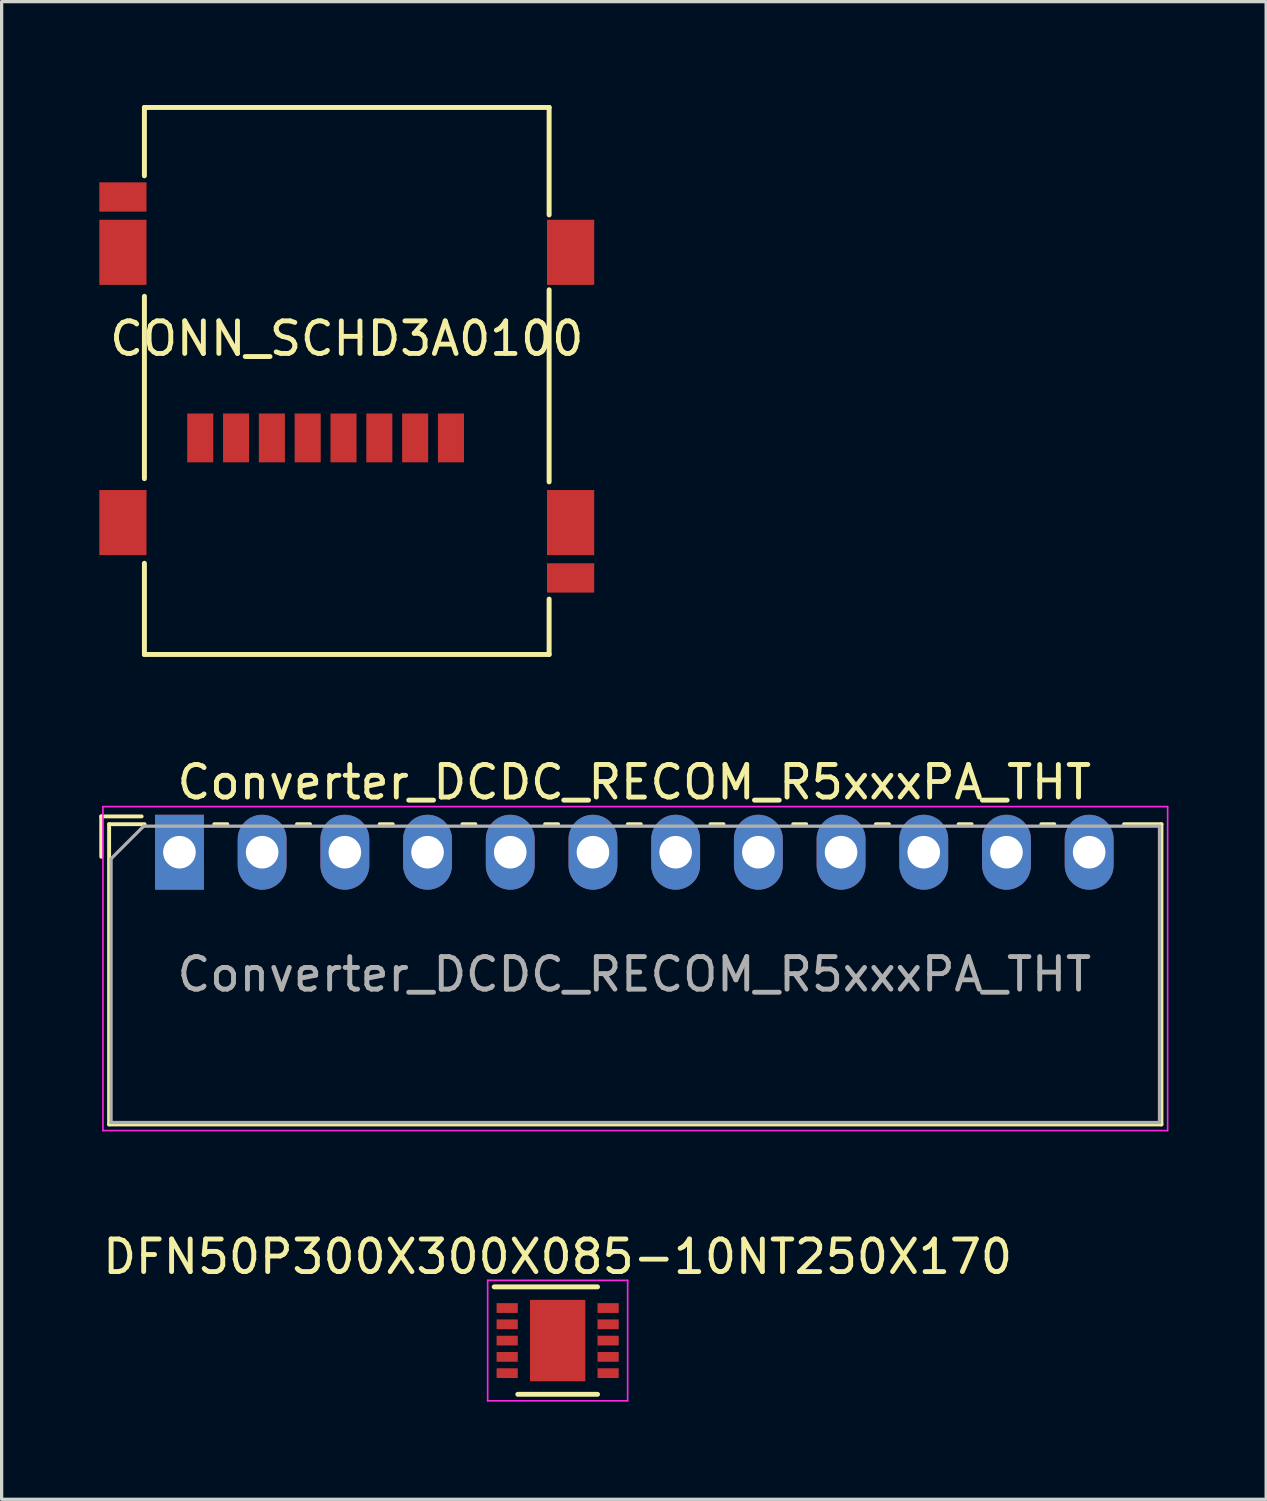
<source format=kicad_pcb>
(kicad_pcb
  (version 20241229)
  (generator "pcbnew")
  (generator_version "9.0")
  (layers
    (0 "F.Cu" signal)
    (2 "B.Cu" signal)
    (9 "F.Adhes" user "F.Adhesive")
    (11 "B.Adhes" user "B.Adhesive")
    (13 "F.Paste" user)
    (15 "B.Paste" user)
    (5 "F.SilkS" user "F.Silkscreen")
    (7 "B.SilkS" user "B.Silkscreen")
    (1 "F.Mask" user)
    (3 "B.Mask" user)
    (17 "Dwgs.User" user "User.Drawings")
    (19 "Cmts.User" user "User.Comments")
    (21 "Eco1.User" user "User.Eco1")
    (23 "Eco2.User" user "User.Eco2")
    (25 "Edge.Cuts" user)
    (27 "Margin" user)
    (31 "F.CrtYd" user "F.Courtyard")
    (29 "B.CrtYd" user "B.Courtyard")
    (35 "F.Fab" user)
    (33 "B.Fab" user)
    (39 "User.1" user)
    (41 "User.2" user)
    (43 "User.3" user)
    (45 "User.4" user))
  (footprint "DFN50P300X300X085-10NT250X170"
    (layer "F.Cu")
    (at 14.077 38.123)
    (property "Reference" "DFN50P300X300X085-10NT250X170" (at 0 -2.575 0) (layer "F.SilkS") (effects (font (size 1 1) (thickness 0.15))))
    (attr smd)
    (fp_line (start -1.95 -1.65) (end 1.225 -1.65) (stroke (width 0.15) (type solid)) (layer "F.SilkS"))
    (fp_line (start -1.225 1.65) (end 1.225 1.65) (stroke (width 0.15) (type solid)) (layer "F.SilkS"))
    (fp_line (start -2.15 -1.85) (end -2.15 1.85) (stroke (width 0.05) (type solid)) (layer "F.CrtYd"))
    (fp_line (start -2.15 -1.85) (end 2.15 -1.85) (stroke (width 0.05) (type solid)) (layer "F.CrtYd"))
    (fp_line (start -2.15 1.85) (end 2.15 1.85) (stroke (width 0.05) (type solid)) (layer "F.CrtYd"))
    (fp_line (start 2.15 -1.85) (end 2.15 1.85) (stroke (width 0.05) (type solid)) (layer "F.CrtYd"))
    (pad "1" smd rect (at -1.55 -1) (size 0.65 0.3) (layers "F.Cu" "F.Mask" "F.Paste"))
    (pad "2" smd rect (at -1.55 -0.5) (size 0.65 0.3) (layers "F.Cu" "F.Mask" "F.Paste"))
    (pad "3" smd rect (at -1.55 0) (size 0.65 0.3) (layers "F.Cu" "F.Mask" "F.Paste"))
    (pad "4" smd rect (at -1.55 0.5) (size 0.65 0.3) (layers "F.Cu" "F.Mask" "F.Paste"))
    (pad "5" smd rect (at -1.55 1) (size 0.65 0.3) (layers "F.Cu" "F.Mask" "F.Paste"))
    (pad "6" smd rect (at 1.55 1) (size 0.65 0.3) (layers "F.Cu" "F.Mask" "F.Paste"))
    (pad "7" smd rect (at 1.55 0.5) (size 0.65 0.3) (layers "F.Cu" "F.Mask" "F.Paste"))
    (pad "8" smd rect (at 1.55 0) (size 0.65 0.3) (layers "F.Cu" "F.Mask" "F.Paste"))
    (pad "9" smd rect (at 1.55 -0.5) (size 0.65 0.3) (layers "F.Cu" "F.Mask" "F.Paste"))
    (pad "10" smd rect (at 1.55 -1) (size 0.65 0.3) (layers "F.Cu" "F.Mask" "F.Paste"))
    (pad "11" smd rect (at 0 0) (size 1.7 2.5) (layers "F.Cu" "F.Mask" "F.Paste")))
  (footprint "Converter_DCDC_RECOM_R5xxxPA_THT"
    (layer "F.Cu")
    (at 2.461 23.124)
    (property "Reference" "Converter_DCDC_RECOM_R5xxxPA_THT" (at 13.97 -2.15 0) (layer "F.SilkS") (effects (font (size 1 1) (thickness 0.15))))
    (attr through_hole)
    (fp_line (start -2.401 -1.1) (end -1.161 -1.1) (stroke (width 0.12) (type solid)) (layer "F.SilkS"))
    (fp_line (start -2.401 0.14) (end -2.401 -1.1) (stroke (width 0.12) (type solid)) (layer "F.SilkS"))
    (fp_line (start -2.16 -0.861) (end -2.16 8.36) (stroke (width 0.12) (type solid)) (layer "F.SilkS"))
    (fp_line (start -2.16 -0.861) (end -1.07 -0.861) (stroke (width 0.12) (type solid)) (layer "F.SilkS"))
    (fp_line (start -2.16 8.36) (end 30.16 8.36) (stroke (width 0.12) (type solid)) (layer "F.SilkS"))
    (fp_line (start 1.07 -0.861) (end 1.471 -0.861) (stroke (width 0.12) (type solid)) (layer "F.SilkS"))
    (fp_line (start 3.61 -0.861) (end 4.01 -0.861) (stroke (width 0.12) (type solid)) (layer "F.SilkS"))
    (fp_line (start 6.15 -0.861) (end 6.551 -0.861) (stroke (width 0.12) (type solid)) (layer "F.SilkS"))
    (fp_line (start 8.69 -0.861) (end 9.09 -0.861) (stroke (width 0.12) (type solid)) (layer "F.SilkS"))
    (fp_line (start 11.23 -0.861) (end 11.63 -0.861) (stroke (width 0.12) (type solid)) (layer "F.SilkS"))
    (fp_line (start 13.77 -0.861) (end 14.17 -0.861) (stroke (width 0.12) (type solid)) (layer "F.SilkS"))
    (fp_line (start 16.31 -0.861) (end 16.71 -0.861) (stroke (width 0.12) (type solid)) (layer "F.SilkS"))
    (fp_line (start 18.85 -0.861) (end 19.25 -0.861) (stroke (width 0.12) (type solid)) (layer "F.SilkS"))
    (fp_line (start 21.39 -0.861) (end 21.79 -0.861) (stroke (width 0.12) (type solid)) (layer "F.SilkS"))
    (fp_line (start 23.93 -0.861) (end 24.33 -0.861) (stroke (width 0.12) (type solid)) (layer "F.SilkS"))
    (fp_line (start 26.47 -0.861) (end 26.87 -0.861) (stroke (width 0.12) (type solid)) (layer "F.SilkS"))
    (fp_line (start 29.01 -0.861) (end 30.16 -0.861) (stroke (width 0.12) (type solid)) (layer "F.SilkS"))
    (fp_line (start 30.16 -0.861) (end 30.16 8.36) (stroke (width 0.12) (type solid)) (layer "F.SilkS"))
    (fp_line (start -2.35 -1.4) (end -2.35 8.55) (stroke (width 0.05) (type solid)) (layer "F.CrtYd"))
    (fp_line (start -2.35 8.55) (end 30.35 8.55) (stroke (width 0.05) (type solid)) (layer "F.CrtYd"))
    (fp_line (start 30.35 -1.4) (end -2.35 -1.4) (stroke (width 0.05) (type solid)) (layer "F.CrtYd"))
    (fp_line (start 30.35 8.55) (end 30.35 -1.4) (stroke (width 0.05) (type solid)) (layer "F.CrtYd"))
    (fp_line (start -2.1 0.2) (end -1.1 -0.8) (stroke (width 0.1) (type solid)) (layer "F.Fab"))
    (fp_line (start -2.1 8.3) (end -2.1 0.2) (stroke (width 0.1) (type solid)) (layer "F.Fab"))
    (fp_line (start -1.1 -0.8) (end 30.1 -0.8) (stroke (width 0.1) (type solid)) (layer "F.Fab"))
    (fp_line (start 30.1 -0.8) (end 30.1 8.3) (stroke (width 0.1) (type solid)) (layer "F.Fab"))
    (fp_line (start 30.1 8.3) (end -2.1 8.3) (stroke (width 0.1) (type solid)) (layer "F.Fab"))
    (fp_text user "${REFERENCE}" (at 13.97 3.75 0) (layer "F.Fab") (effects (font (size 1 1) (thickness 0.15))))
    (pad "1" thru_hole rect (at 0 0) (size 1.5 2.3) (drill 1) (layers "*.Cu" "*.Mask"))
    (pad "2" thru_hole oval (at 2.54 0) (size 1.5 2.3) (drill 1) (layers "*.Cu" "*.Mask"))
    (pad "3" thru_hole oval (at 5.08 0) (size 1.5 2.3) (drill 1) (layers "*.Cu" "*.Mask"))
    (pad "4" thru_hole oval (at 7.62 0) (size 1.5 2.3) (drill 1) (layers "*.Cu" "*.Mask"))
    (pad "5" thru_hole oval (at 10.16 0) (size 1.5 2.3) (drill 1) (layers "*.Cu" "*.Mask"))
    (pad "6" thru_hole oval (at 12.7 0) (size 1.5 2.3) (drill 1) (layers "*.Cu" "*.Mask"))
    (pad "7" thru_hole oval (at 15.24 0) (size 1.5 2.3) (drill 1) (layers "*.Cu" "*.Mask"))
    (pad "8" thru_hole oval (at 17.78 0) (size 1.5 2.3) (drill 1) (layers "*.Cu" "*.Mask"))
    (pad "9" thru_hole oval (at 20.32 0) (size 1.5 2.3) (drill 1) (layers "*.Cu" "*.Mask"))
    (pad "10" thru_hole oval (at 22.86 0) (size 1.5 2.3) (drill 1) (layers "*.Cu" "*.Mask"))
    (pad "11" thru_hole oval (at 25.4 0) (size 1.5 2.3) (drill 1) (layers "*.Cu" "*.Mask"))
    (pad "12" thru_hole oval (at 27.94 0) (size 1.5 2.3) (drill 1) (layers "*.Cu" "*.Mask")))
  (footprint "CONN_SCHD3A0100"
    (layer "F.Cu")
    (at 7.6 0.25)
    (property "Reference" "CONN_SCHD3A0100" (at 0 7.1 0) (layer "F.SilkS") (effects (font (size 1 1) (thickness 0.15))))
    (attr through_hole)
    (fp_line (start -6.215 0) (end -6.215 2.1) (stroke (width 0.152) (type solid)) (layer "F.SilkS"))
    (fp_line (start -6.215 0) (end 6.215 0) (stroke (width 0.152) (type solid)) (layer "F.SilkS"))
    (fp_line (start -6.215 5.8) (end -6.215 11.4) (stroke (width 0.152) (type solid)) (layer "F.SilkS"))
    (fp_line (start -6.215 14) (end -6.215 16.8) (stroke (width 0.152) (type solid)) (layer "F.SilkS"))
    (fp_line (start -6.215 16.8) (end 6.215 16.8) (stroke (width 0.152) (type solid)) (layer "F.SilkS"))
    (fp_line (start 6.215 0) (end 6.215 3.3) (stroke (width 0.152) (type solid)) (layer "F.SilkS"))
    (fp_line (start 6.215 5.6) (end 6.215 11.5) (stroke (width 0.152) (type solid)) (layer "F.SilkS"))
    (fp_line (start 6.215 16.8) (end 6.215 15.1) (stroke (width 0.152) (type solid)) (layer "F.SilkS"))
    (pad "1" smd rect (at 3.2 10.15) (size 0.8 1.5) (layers "F.Cu" "F.Mask" "F.Paste"))
    (pad "2" smd rect (at 2.1 10.15) (size 0.8 1.5) (layers "F.Cu" "F.Mask" "F.Paste"))
    (pad "3" smd rect (at 1 10.15) (size 0.8 1.5) (layers "F.Cu" "F.Mask" "F.Paste"))
    (pad "4" smd rect (at -0.1 10.15) (size 0.8 1.5) (layers "F.Cu" "F.Mask" "F.Paste"))
    (pad "5" smd rect (at -1.2 10.15) (size 0.8 1.5) (layers "F.Cu" "F.Mask" "F.Paste"))
    (pad "6" smd rect (at -2.3 10.15) (size 0.8 1.5) (layers "F.Cu" "F.Mask" "F.Paste"))
    (pad "7" smd rect (at -3.4 10.15) (size 0.8 1.5) (layers "F.Cu" "F.Mask" "F.Paste"))
    (pad "8" smd rect (at -4.5 10.15) (size 0.8 1.5) (layers "F.Cu" "F.Mask" "F.Paste"))
    (pad "SHLD" smd rect (at -6.875 2.75) (size 1.45 0.9) (layers "F.Cu" "F.Mask" "F.Paste"))
    (pad "SHLD" smd rect (at -6.875 4.45) (size 1.45 2) (layers "F.Cu" "F.Mask" "F.Paste"))
    (pad "SHLD" smd rect (at -6.875 12.75) (size 1.45 2) (layers "F.Cu" "F.Mask" "F.Paste"))
    (pad "SHLD" smd rect (at 6.875 4.45) (size 1.45 2) (layers "F.Cu" "F.Mask" "F.Paste"))
    (pad "SHLD" smd rect (at 6.875 12.75) (size 1.45 2) (layers "F.Cu" "F.Mask" "F.Paste"))
    (pad "SHLD" smd rect (at 6.875 14.45) (size 1.45 0.9) (layers "F.Cu" "F.Mask" "F.Paste")))
  (gr_rect
    (start -3 -3)
    (end 35.836 42.998)
    (stroke (width 0.1) (type default))
    (fill no)
    (layer "Edge.Cuts")))
</source>
